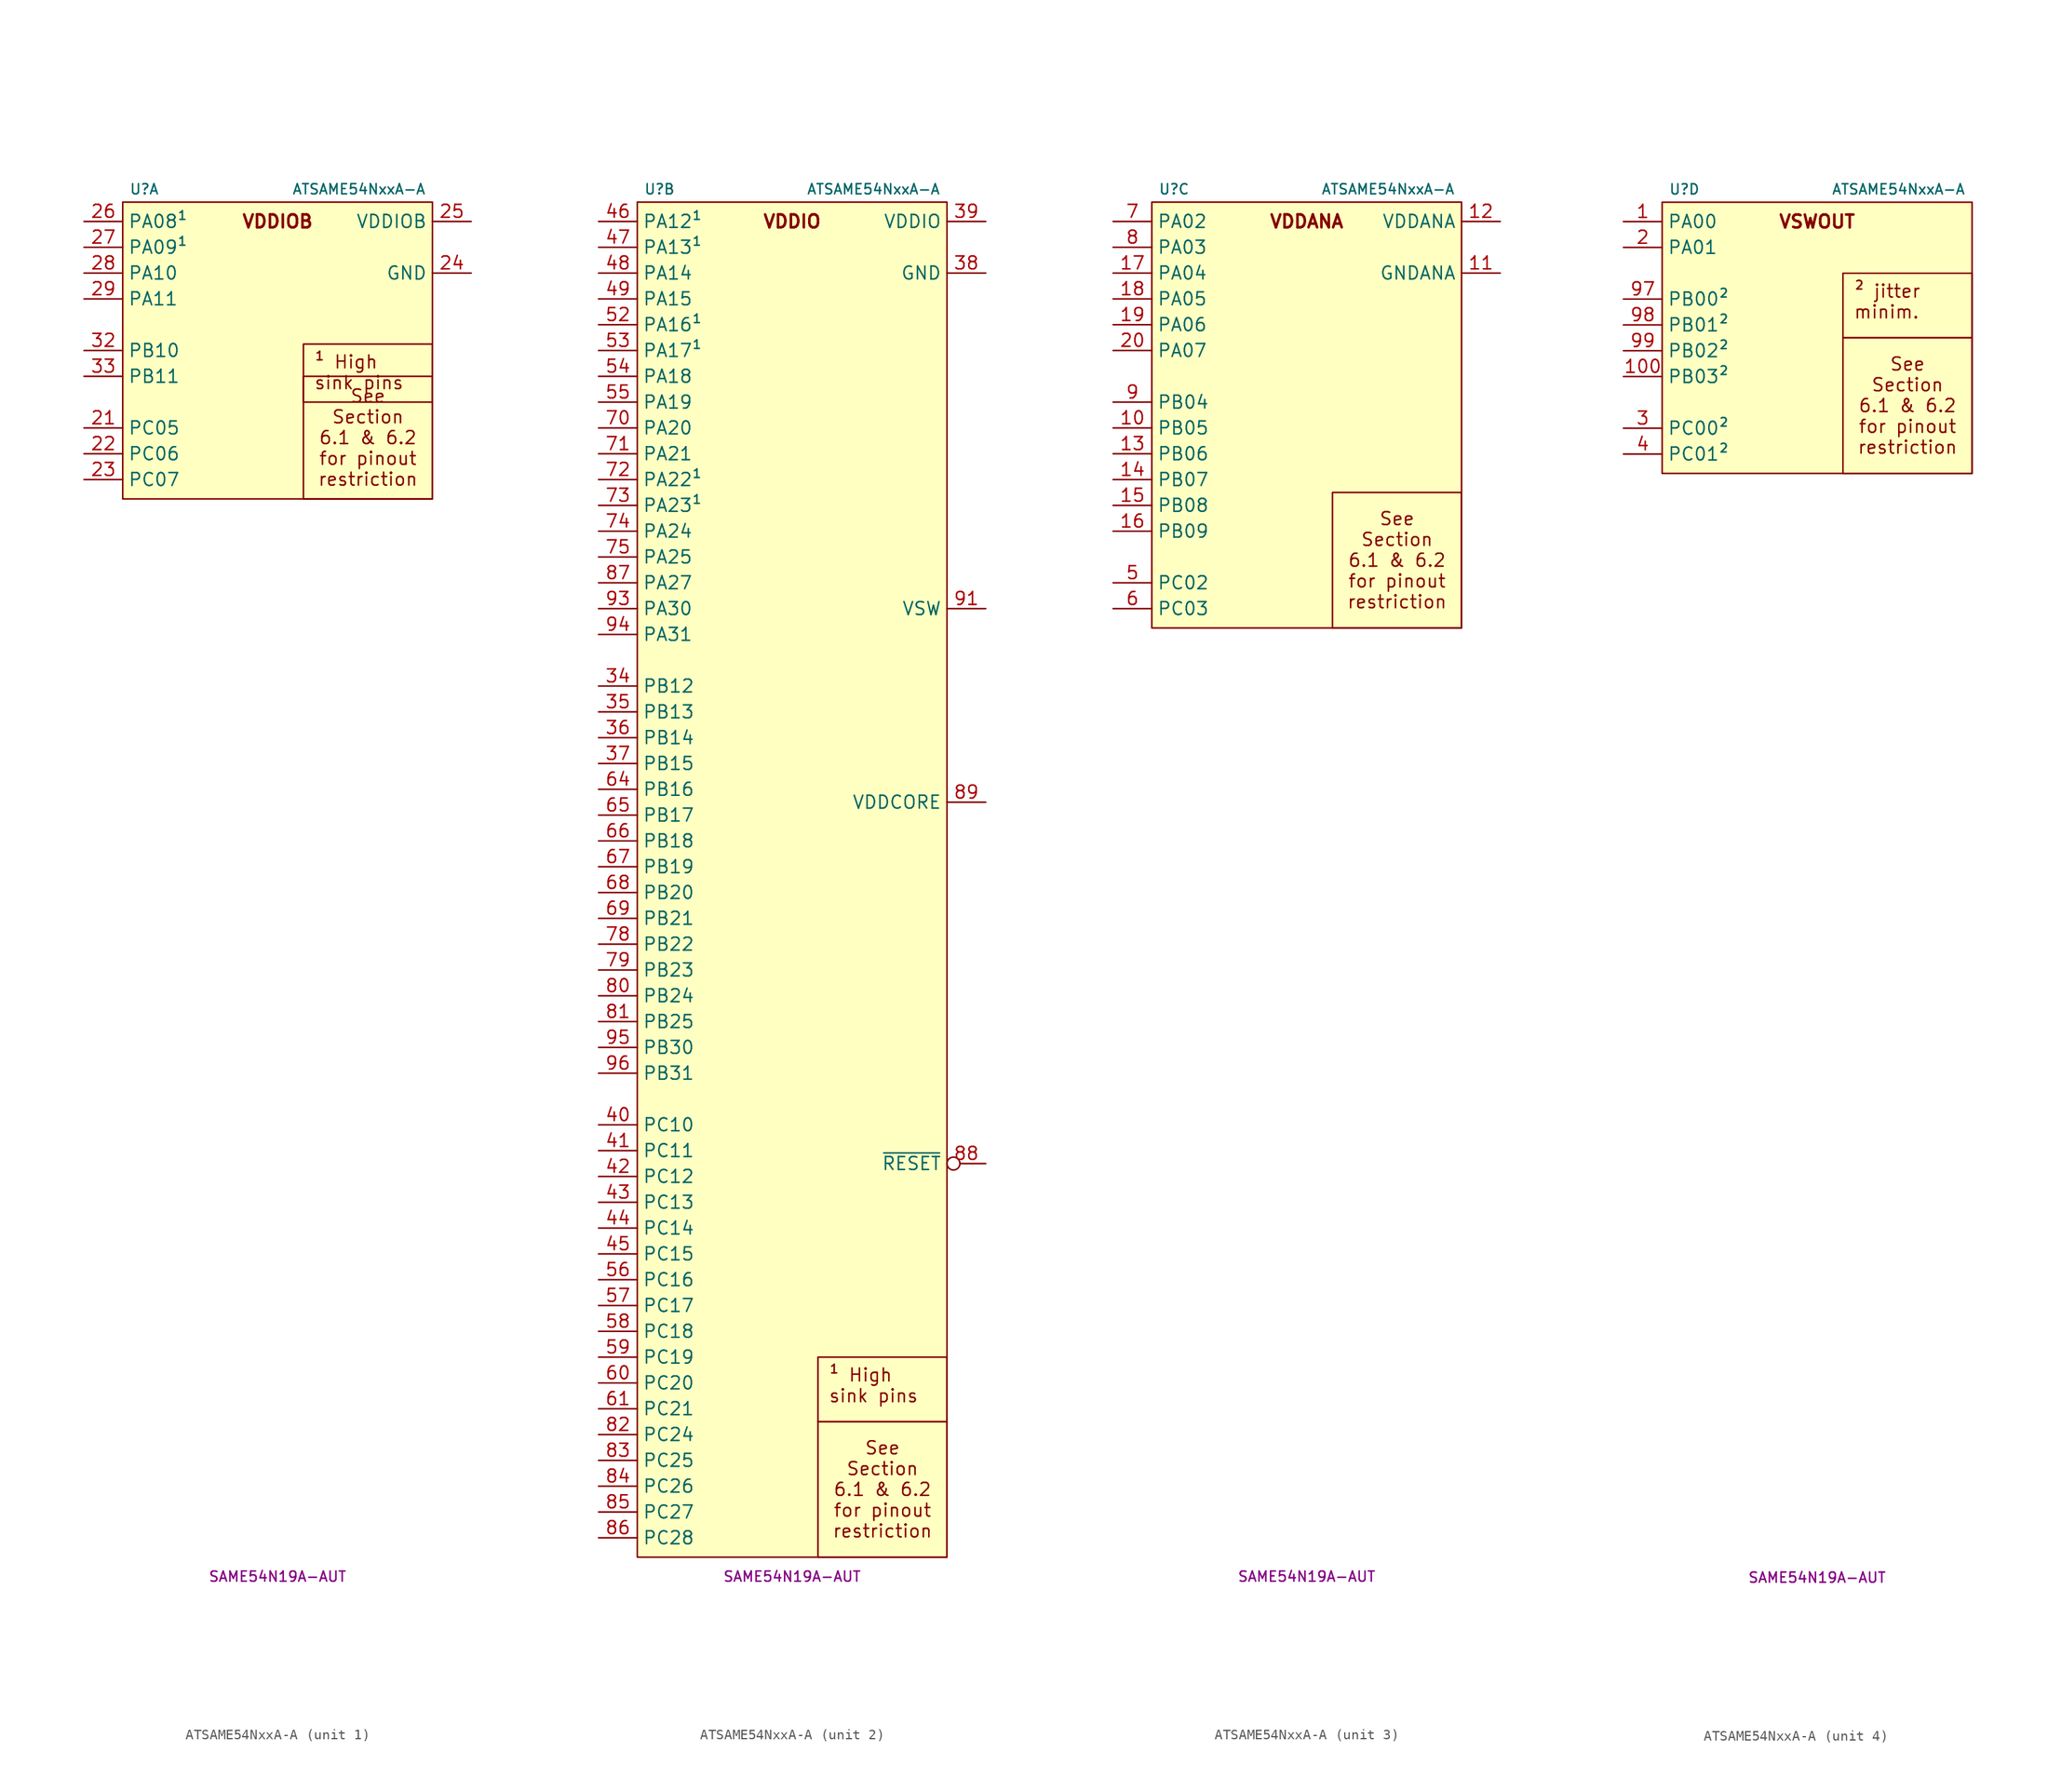
<source format=kicad_sym>
(kicad_symbol_lib
  (version 20231120)
  (generator "kicad_symbol_editor")
  (generator_version "8.0")
  (symbol "ATSAME54NxxA-A"
    (property "Reference" "U"
      (at -14.605 60.325 0)
      (do_not_autoplace)
      (effects (font (size 1 1)) (justify left)))
    (property "Value" "ATSAME54NxxA-A"
      (at 14.605 60.325 0)
      (do_not_autoplace)
      (effects (font (size 1 1)) (justify right)))
    (property "MPN" "SAME54N19A-AUT"
      (at 0 -76.2 0)
      (do_not_autoplace)
      (effects (font (size 1 1))))
    (property "ki_locked" ""
      (at 0 0 0)
      (effects (font (size 1.27 1.27))))
    (symbol "ATSAME54NxxA-A_1_1"
      (rectangle (start -15.24 59.055) (end 15.24 29.845) (stroke (width 0) (type default)) (fill (type background)))
      (text "VDDIOB" (at 0 57.15 0) (effects (font (size 1.27 1.27) (bold yes))))
      (text_box "See Section 6.1 & 6.2\nfor pinout restriction" (at 2.54 41.91 0) (size 12.7 -12.065) (stroke (width 0) (type default)) (fill (type none)) (effects (font (size 1.27 1.27))))
      (text_box "¹ High sink pins" (at 2.54 45.085 0) (size 12.7 -5.715) (stroke (width 0) (type default)) (fill (type none)) (effects (font (size 1.27 1.27)) (justify left top)))
      (pin tri_state line (at -19.05 36.83 0) (length 3.81) (name "PC05" (effects (font (size 1.27 1.27)))) (number "21" (effects (font (size 1.27 1.27)))) (alternate "A:EXTINT.5" input line) (alternate "C:SERCOM6.2.MISO" input line) (alternate "C:SERCOM6.2.MOSI" input line) (alternate "C:SERCOM6.2.PAD1" bidirectional line) (alternate "C:SERCOM6.2.RX" input line) (alternate "C:SERCOM6.2.SCK" bidirectional clock) (alternate "C:SERCOM6.2.XCK" bidirectional clock))
      (pin tri_state line (at -19.05 34.29 0) (length 3.81) (name "PC06" (effects (font (size 1.27 1.27)))) (number "22" (effects (font (size 1.27 1.27)))) (alternate "A:EXTINT.6" input line) (alternate "C:SERCOM6.2.MISO" input line) (alternate "C:SERCOM6.2.MOSI" input line) (alternate "C:SERCOM6.2.PAD2" bidirectional line) (alternate "C:SERCOM6.2.RX" input line) (alternate "C:SERCOM6.2.~{RTS}" output inverted) (alternate "C:SERCOM6.2.~{SS}" bidirectional inverted) (alternate "I:SDHC0.~{CD}" input inverted))
      (pin tri_state line (at -19.05 31.75 0) (length 3.81) (name "PC07" (effects (font (size 1.27 1.27)))) (number "23" (effects (font (size 1.27 1.27)))) (alternate "A:EXTINT.9" input line) (alternate "C:SERCOM6.2.MISO" bidirectional line) (alternate "C:SERCOM6.2.MOSI" bidirectional line) (alternate "C:SERCOM6.2.PAD3" bidirectional line) (alternate "C:SERCOM6.2.RX" input line) (alternate "C:SERCOM6.2.~{CTS}" input inverted) (alternate "I:SDHC0.~{WP}" input inverted))
      (pin power_in line (at 19.05 52.07 180) (length 3.81) (name "GND" (effects (font (size 1.27 1.27)))) (number "24" (effects (font (size 1.27 1.27)))))
      (pin power_in line (at 19.05 57.15 180) (length 3.81) (name "VDDIOB" (effects (font (size 1.27 1.27)))) (number "25" (effects (font (size 1.27 1.27)))))
      (pin tri_state line (at -19.05 57.15 0) (length 3.81) (name "PA08¹" (effects (font (size 1.27 1.27)))) (number "26" (effects (font (size 1.27 1.27)))) (alternate "A:NMI¹" input line) (alternate "B:ADC0.IN8¹" input line) (alternate "B:ADC1.IN2¹" input line) (alternate "B:PTC.X6¹" input line) (alternate "B:PTC.Y6¹" bidirectional line) (alternate "C:SERCOM0.1.MISO¹" bidirectional line) (alternate "C:SERCOM0.1.MOSI¹" bidirectional line) (alternate "C:SERCOM0.1.PAD0¹" bidirectional line) (alternate "C:SERCOM0.1.RX¹" input line) (alternate "C:SERCOM0.1.SDA¹" open_collector line) (alternate "C:SERCOM0.1.TX¹" output line) (alternate "D:SERCOM2.3.MISO¹" input line) (alternate "D:SERCOM2.3.MOSI¹" input line) (alternate "D:SERCOM2.3.PAD1¹" bidirectional line) (alternate "D:SERCOM2.3.RX¹" input line) (alternate "D:SERCOM2.3.SCK¹" bidirectional clock) (alternate "D:SERCOM2.3.SCL¹" open_collector clock) (alternate "D:SERCOM2.3.XCK¹" bidirectional clock) (alternate "E:TC0.1.WO0¹" output line) (alternate "F:TCC0.1.WO0¹" output line) (alternate "G:TCC1.3.WO4¹" output line) (alternate "H:QSPI.D0¹" bidirectional line) (alternate "H:QSPI.MOSI¹" output line) (alternate "I:SDHC0.CMD¹" bidirectional line) (alternate "J:I2S.1.MCK0¹" bidirectional clock) (alternate "N:CCL.IN3¹" input line))
      (pin tri_state line (at -19.05 54.61 0) (length 3.81) (name "PA09¹" (effects (font (size 1.27 1.27)))) (number "27" (effects (font (size 1.27 1.27)))) (alternate "A:EXTINT.9¹" input line) (alternate "B:ADC0.IN9¹" input line) (alternate "B:ADC1.IN3¹" input line) (alternate "B:PTC.X7¹" input line) (alternate "B:PTC.Y7¹" bidirectional line) (alternate "C:SERCOM0.1.MISO¹" input line) (alternate "C:SERCOM0.1.MOSI¹" input line) (alternate "C:SERCOM0.1.PAD1¹" bidirectional line) (alternate "C:SERCOM0.1.RX¹" input line) (alternate "C:SERCOM0.1.SCK¹" bidirectional clock) (alternate "C:SERCOM0.1.SCL¹" open_collector clock) (alternate "C:SERCOM0.1.XCK¹" bidirectional clock) (alternate "D:SERCOM2.3.MISO¹" bidirectional line) (alternate "D:SERCOM2.3.MOSI¹" bidirectional line) (alternate "D:SERCOM2.3.PAD0¹" bidirectional line) (alternate "D:SERCOM2.3.RX¹" input line) (alternate "D:SERCOM2.3.SDA¹" open_collector line) (alternate "D:SERCOM2.3.TX¹" output line) (alternate "E:TC0.1.WO1¹" output line) (alternate "F:TCC0.1.WO1¹" output line) (alternate "G:TCC1.3.WO5¹" output line) (alternate "H:QSPI.D1¹" bidirectional line) (alternate "H:QSPI.MISO¹" input line) (alternate "I:SDHC0.D0¹" bidirectional line) (alternate "J:I2S.1.FS0¹" bidirectional clock) (alternate "N:CCL.IN4¹" input line))
      (pin tri_state line (at -19.05 52.07 0) (length 3.81) (name "PA10" (effects (font (size 1.27 1.27)))) (number "28" (effects (font (size 1.27 1.27)))) (alternate "A:EXTINT.10" input line) (alternate "B:ADC0.IN10" input line) (alternate "B:PTC.X8" input line) (alternate "B:PTC.Y8" bidirectional line) (alternate "C:SERCOM0.1.MISO" input line) (alternate "C:SERCOM0.1.MOSI" input line) (alternate "C:SERCOM0.1.PAD2" bidirectional line) (alternate "C:SERCOM0.1.RX" input line) (alternate "C:SERCOM0.1.~{RTS}" output inverted) (alternate "C:SERCOM0.1.~{SS}" bidirectional inverted) (alternate "D:SERCOM2.3.MISO" input line) (alternate "D:SERCOM2.3.MOSI" input line) (alternate "D:SERCOM2.3.PAD2" bidirectional line) (alternate "D:SERCOM2.3.RX" input line) (alternate "D:SERCOM2.3.~{RTS}" output inverted) (alternate "D:SERCOM2.3.~{SS}" bidirectional inverted) (alternate "E:TC1.2.WO0" output line) (alternate "F:TCC0.1.WO2" output line) (alternate "G:TCC1.2.WO6" output line) (alternate "H:QSPI.D2" bidirectional line) (alternate "I:SDHC0.D1" bidirectional line) (alternate "J:I2S.1.SCK0" bidirectional clock) (alternate "M:GCLK.IN4" bidirectional clock) (alternate "N:CCL.IN5" input line))
      (pin tri_state line (at -19.05 49.53 0) (length 3.81) (name "PA11" (effects (font (size 1.27 1.27)))) (number "29" (effects (font (size 1.27 1.27)))) (alternate "A:EXTINT.11" input line) (alternate "B:ADC0.IN11" input line) (alternate "B:PTC.X9" input line) (alternate "B:PTC.Y9" bidirectional line) (alternate "C:SERCOM0.1.MISO" bidirectional line) (alternate "C:SERCOM0.1.MOSI" bidirectional line) (alternate "C:SERCOM0.1.PAD3" bidirectional line) (alternate "C:SERCOM0.1.RX" input line) (alternate "C:SERCOM0.1.~{CTS}" input inverted) (alternate "D:SERCOM2.3.MISO" bidirectional line) (alternate "D:SERCOM2.3.MOSI" bidirectional line) (alternate "D:SERCOM2.3.PAD3" bidirectional line) (alternate "D:SERCOM2.3.RX" input line) (alternate "D:SERCOM2.3.~{CTS}" input inverted) (alternate "E:TC1.2.WO1" output line) (alternate "F:TCC0.1.WO3" output line) (alternate "G:TCC1.2.WO7" output line) (alternate "H:QSPI.D3" bidirectional line) (alternate "I:SDHC0.D2" bidirectional line) (alternate "J:I2S.1.SDO" output line) (alternate "M:GCLK.IO5" bidirectional clock) (alternate "N:CCL.OUT1" output line))
      (pin passive line (at 19.05 57.15 180) (length 3.81) hide (name "VDDIOB" (effects (font (size 1.27 1.27)))) (number "30" (effects (font (size 1.27 1.27)))))
      (pin passive line (at 19.05 52.07 180) (length 3.81) hide (name "GND" (effects (font (size 1.27 1.27)))) (number "31" (effects (font (size 1.27 1.27)))))
      (pin tri_state line (at -19.05 44.45 0) (length 3.81) (name "PB10" (effects (font (size 1.27 1.27)))) (number "32" (effects (font (size 1.27 1.27)))) (alternate "A:EXTINT.10" input line) (alternate "D:SERCOM4.2.MISO" input line) (alternate "D:SERCOM4.2.MOSI" input line) (alternate "D:SERCOM4.2.PAD2" bidirectional line) (alternate "D:SERCOM4.2.RX" input line) (alternate "D:SERCOM4.2.~{RTS}" output inverted) (alternate "D:SERCOM4.2.~{SS}" bidirectional inverted) (alternate "E:TC5.1.WO0" output line) (alternate "F:TCC0.1.WO4" output line) (alternate "F:TCC1.4.WO0" output line) (alternate "H:QSPI.SCK" output clock) (alternate "I:SDHC0.D3" bidirectional line) (alternate "J:I2S.1.SDI" input line) (alternate "M:GCLK.IO4" bidirectional clock) (alternate "N:CCL.IN11" input line))
      (pin tri_state line (at -19.05 41.91 0) (length 3.81) (name "PB11" (effects (font (size 1.27 1.27)))) (number "33" (effects (font (size 1.27 1.27)))) (alternate "A:EXTINT.11" input line) (alternate "D:SERCOM4.2.MISO" bidirectional line) (alternate "D:SERCOM4.2.MOSI" bidirectional line) (alternate "D:SERCOM4.2.PAD3" bidirectional line) (alternate "D:SERCOM4.2.RX" input line) (alternate "D:SERCOM4.2.~{CTS}" input inverted) (alternate "E:TC5.1.WO1" output line) (alternate "F:TCC0.1.WO5" output line) (alternate "G:TCC1.4.WO1" output line) (alternate "H:QSPI.~{CS}" output inverted) (alternate "I:SDHC0.CK" output clock) (alternate "J:I2S.1.FS1" bidirectional clock) (alternate "M:GCLK.IO5" bidirectional clock) (alternate "N:CCL.OUT1" output line)))
    (symbol "ATSAME54NxxA-A_2_1"
      (rectangle (start -15.24 59.055) (end 15.24 -74.295) (stroke (width 0) (type default)) (fill (type background)))
      (text "VDDIO" (at 0 57.15 0) (effects (font (size 1.27 1.27) (bold yes))))
      (text_box "See Section 6.1 & 6.2\nfor pinout restriction" (at 2.54 -60.96 0) (size 12.7 -13.335) (stroke (width 0) (type default)) (fill (type none)) (effects (font (size 1.27 1.27))))
      (text_box "¹ High sink pins" (at 2.54 -54.61 0) (size 12.7 -6.35) (stroke (width 0) (type default)) (fill (type none)) (effects (font (size 1.27 1.27)) (justify left top)))
      (pin tri_state line (at -19.05 11.43 0) (length 3.81) (name "PB12" (effects (font (size 1.27 1.27)))) (number "34" (effects (font (size 1.27 1.27)))) (alternate "A:EXTINT.12" input line) (alternate "B:PTC.X26" input line) (alternate "B:PTC.Y26" bidirectional line) (alternate "C:SERCOM4.1.MISO" bidirectional line) (alternate "C:SERCOM4.1.MOSI" bidirectional line) (alternate "C:SERCOM4.1.PAD0" bidirectional line) (alternate "C:SERCOM4.1.RX" input line) (alternate "C:SERCOM4.1.TX" output line) (alternate "E:TC4.2.WO0" output line) (alternate "F:TCC3.1.WO0" output line) (alternate "G:TCC0.5.WO0" output line) (alternate "H:CAN1.TX" output line) (alternate "I:SDHC0.~{CD}" input inverted) (alternate "J:I2S.1.SCK1" bidirectional clock) (alternate "M:GCLK.IO6" bidirectional clock))
      (pin tri_state line (at -19.05 8.89 0) (length 3.81) (name "PB13" (effects (font (size 1.27 1.27)))) (number "35" (effects (font (size 1.27 1.27)))) (alternate "A:EXTINT.13" input line) (alternate "B:PTC.X27" input line) (alternate "B:PTC.Y27" bidirectional line) (alternate "C:SERCOM4.1.MISO" input line) (alternate "C:SERCOM4.1.MOSI" input line) (alternate "C:SERCOM4.1.PAD1" bidirectional line) (alternate "C:SERCOM4.1.RX" input line) (alternate "C:SERCOM4.1.SCK" bidirectional clock) (alternate "C:SERCOM4.1.XCK" bidirectional clock) (alternate "E:T4.2.WO1" output line) (alternate "F:TCC3.1.WO1" output line) (alternate "G:TCC0.5.WO1" output line) (alternate "H:CAN1.RX" input line) (alternate "I:SDHC0.~{WP}" input line) (alternate "J:I2S.1.MCK1" bidirectional clock) (alternate "M:GCLK.IO7" bidirectional clock))
      (pin tri_state line (at -19.05 6.35 0) (length 3.81) (name "PB14" (effects (font (size 1.27 1.27)))) (number "36" (effects (font (size 1.27 1.27)))) (alternate "A:EXTINT14" input line) (alternate "B:PTC.X28" input line) (alternate "B:PTC.Y28" bidirectional line) (alternate "C:SERCOM4.1.MISO" input line) (alternate "C:SERCOM4.1.MOSI" input line) (alternate "C:SERCOM4.1.PAD2" bidirectional line) (alternate "C:SERCOM4.1.RX" input line) (alternate "C:SERCOM4.1.~{RTS}" output inverted) (alternate "C:SERCOM4.1.~{SS}" bidirectional inverted) (alternate "E:TC5.2.WO0" output line) (alternate "F:TCC4.1.WO0" output line) (alternate "G:TCC0.5.WO2" output line) (alternate "H:CAN1.TX" output line) (alternate "K:PCC.D8" input line) (alternate "L:GMAC.1.MDC" output clock) (alternate "M:GCLK.IO0" bidirectional clock) (alternate "N:CCL.IN9" input line))
      (pin tri_state line (at -19.05 3.81 0) (length 3.81) (name "PB15" (effects (font (size 1.27 1.27)))) (number "37" (effects (font (size 1.27 1.27)))) (alternate "A:EXTINT.15" input line) (alternate "B:PTC.X29" input line) (alternate "B:PTC.Y29" bidirectional line) (alternate "C:SERCOM4.1.MISO" bidirectional line) (alternate "C:SERCOM4.1.MOSI" bidirectional line) (alternate "C:SERCOM4.1.PAD3" bidirectional line) (alternate "C:SERCOM4.1.RX" input line) (alternate "C:SERCOM4.1.~{CTS}" input inverted) (alternate "E:TC5.2.WO1" output line) (alternate "F:TCC4.1.WO1" output line) (alternate "G:TCC0.5.WO3" output line) (alternate "H:CAN1.RX" input line) (alternate "K:PCC.D9" input line) (alternate "L:GMAC.1.MDIO" bidirectional line) (alternate "M:GCLK.IO1" bidirectional clock) (alternate "N:CCL.IN10" input line))
      (pin power_in line (at 19.05 52.07 180) (length 3.81) (name "GND" (effects (font (size 1.27 1.27)))) (number "38" (effects (font (size 1.27 1.27)))))
      (pin power_in line (at 19.05 57.15 180) (length 3.81) (name "VDDIO" (effects (font (size 1.27 1.27)))) (number "39" (effects (font (size 1.27 1.27)))))
      (pin tri_state line (at -19.05 -31.75 0) (length 3.81) (name "PC10" (effects (font (size 1.27 1.27)))) (number "40" (effects (font (size 1.27 1.27)))) (alternate "A:EXTINT.10" input line) (alternate "C:SERCOM6.5.MISO" input line) (alternate "C:SERCOM6.5.MOSI" input line) (alternate "C:SERCOM6.5.PAD2" bidirectional line) (alternate "C:SERCOM6.5.RX" input line) (alternate "C:SERCOM6.5.~{RTS}" output inverted) (alternate "C:SERCOM6.5.~{SS}" bidirectional inverted) (alternate "D:SERCOM7.3.MISO" input line) (alternate "D:SERCOM7.3.MOSI" input line) (alternate "D:SERCOM7.3.PAD2" bidirectional line) (alternate "D:SERCOM7.3.RX" input line) (alternate "D:SERCOM7.3.~{RTS}" output inverted) (alternate "D:SERCOM7.3.~{SS}" bidirectional inverted) (alternate "F:TCC0.3.WO0" output line) (alternate "G:TCC1.4.WO4" output line))
      (pin tri_state line (at -19.05 -34.29 0) (length 3.81) (name "PC11" (effects (font (size 1.27 1.27)))) (number "41" (effects (font (size 1.27 1.27)))) (alternate "A:EXTINT.11" input line) (alternate "C:SERCOM6.5.MISO" bidirectional line) (alternate "C:SERCOM6.5.MOSI" bidirectional line) (alternate "C:SERCOM6.5.PAD3" bidirectional line) (alternate "C:SERCOM6.5.RX" input line) (alternate "C:SERCOM6.5.~{CTS}" input inverted) (alternate "D:SERCOM7.3.MISO" bidirectional line) (alternate "D:SERCOM7.3.MOSI" bidirectional line) (alternate "D:SERCOM7.3.PAD3" bidirectional line) (alternate "D:SERCOM7.3.RX" input line) (alternate "D:SERCOM7.3.~{CTS}" input inverted) (alternate "F:TCC0.3.WO1" output line) (alternate "G:TCC1.4.WO5" output line) (alternate "L:GMAC.2.MDC" output clock))
      (pin tri_state line (at -19.05 -36.83 0) (length 3.81) (name "PC12" (effects (font (size 1.27 1.27)))) (number "42" (effects (font (size 1.27 1.27)))) (alternate "A:EXTINT.12" input line) (alternate "C:SERCOM7.1.MISO" bidirectional line) (alternate "C:SERCOM7.1.MOSI" bidirectional line) (alternate "C:SERCOM7.1.PAD0" bidirectional line) (alternate "C:SERCOM7.1.RX" input line) (alternate "C:SERCOM7.1.TX" output line) (alternate "C:SERCOM7.3.MISO" bidirectional line) (alternate "C:SERCOM7.3.MOSI" bidirectional line) (alternate "C:SERCOM7.3.PAD0" bidirectional line) (alternate "C:SERCOM7.3.RX" input line) (alternate "C:SERCOM7.3.TX" output line) (alternate "D:SERCOM6.4.MISO" input line) (alternate "D:SERCOM6.4.MOSI" input line) (alternate "D:SERCOM6.4.PAD1" bidirectional line) (alternate "D:SERCOM6.4.RX" input line) (alternate "D:SERCOM6.4.SCK" bidirectional clock) (alternate "D:SERCOM6.4.XCK" bidirectional clock) (alternate "D:SERCOM6.5.MISO" input line) (alternate "D:SERCOM6.5.MOSI" input line) (alternate "D:SERCOM6.5.PAD1" bidirectional line) (alternate "D:SERCOM6.5.RX" input line) (alternate "D:SERCOM6.5.SCK" bidirectional clock) (alternate "D:SERCOM6.5.XCK" bidirectional clock) (alternate "F:TCC0.3.WO2" output line) (alternate "G:TCC1.3.WO6" output line) (alternate "K:PCC.D10" input line) (alternate "L:GMAC.2.MDIO" bidirectional line))
      (pin tri_state line (at -19.05 -39.37 0) (length 3.81) (name "PC13" (effects (font (size 1.27 1.27)))) (number "43" (effects (font (size 1.27 1.27)))) (alternate "A:EXTINT.13" input line) (alternate "C:SERCOM7.1.MISO" input line) (alternate "C:SERCOM7.1.MOSI" input line) (alternate "C:SERCOM7.1.PAD1" bidirectional line) (alternate "C:SERCOM7.1.RX" input line) (alternate "C:SERCOM7.1.SCK" bidirectional clock) (alternate "C:SERCOM7.1.XCK" bidirectional clock) (alternate "C:SERCOM7.3.MISO" input line) (alternate "C:SERCOM7.3.MOSI" input line) (alternate "C:SERCOM7.3.PAD1" bidirectional line) (alternate "C:SERCOM7.3.RX" input line) (alternate "C:SERCOM7.3.SCK" bidirectional clock) (alternate "C:SERCOM7.3.XCK" bidirectional clock) (alternate "D:SERCOM6.4.MISO" bidirectional line) (alternate "D:SERCOM6.4.MOSI" bidirectional line) (alternate "D:SERCOM6.4.PAD0" bidirectional line) (alternate "D:SERCOM6.4.RX" input line) (alternate "D:SERCOM6.4.TX" output line) (alternate "D:SERCOM6.5.MISO" bidirectional line) (alternate "D:SERCOM6.5.MOSI" bidirectional line) (alternate "D:SERCOM6.5.PAD0" bidirectional line) (alternate "D:SERCOM6.5.RX" input line) (alternate "D:SERCOM6.5.TX" output line) (alternate "F:TCC0.3.WO3" output line) (alternate "G:TCC1.3.WO7" output line) (alternate "K:PCC.D11" input line))
      (pin tri_state line (at -19.05 -41.91 0) (length 3.81) (name "PC14" (effects (font (size 1.27 1.27)))) (number "44" (effects (font (size 1.27 1.27)))) (alternate "A:EXTINT.14" input line) (alternate "C:SERCOM7.1.MISO" input line) (alternate "C:SERCOM7.1.MOSI" input line) (alternate "C:SERCOM7.1.PAD2" bidirectional line) (alternate "C:SERCOM7.1.RX" input line) (alternate "C:SERCOM7.1.~{RTS}" output inverted) (alternate "C:SERCOM7.1.~{SS}" bidirectional inverted) (alternate "D:SERCOM6.4.MISO" input line) (alternate "D:SERCOM6.4.MOSI" input line) (alternate "D:SERCOM6.4.PAD2" bidirectional line) (alternate "D:SERCOM6.4.RX" input line) (alternate "D:SERCOM6.4.~{RTS}" output inverted) (alternate "D:SERCOM6.4.~{SS}" bidirectional inverted) (alternate "F:TCC0.3.WO4" output line) (alternate "G:TCC1.5.WO0" output line) (alternate "K:PCC.D12" input line) (alternate "L:GMAC.RX3" input line))
      (pin tri_state line (at -19.05 -44.45 0) (length 3.81) (name "PC15" (effects (font (size 1.27 1.27)))) (number "45" (effects (font (size 1.27 1.27)))) (alternate "A:EXTINT.15" input line) (alternate "C:SERCOM7.1.MISO" bidirectional line) (alternate "C:SERCOM7.1.MOSI" bidirectional line) (alternate "C:SERCOM7.1.PAD3" bidirectional line) (alternate "C:SERCOM7.1.RX" input line) (alternate "C:SERCOM7.1.~{CTS}" input inverted) (alternate "D:SERCOM6.4.MISO" bidirectional line) (alternate "D:SERCOM6.4.MOSI" bidirectional line) (alternate "D:SERCOM6.4.PAD3" bidirectional line) (alternate "D:SERCOM6.4.RX" input line) (alternate "D:SERCOM6.4.~{CTS}" input inverted) (alternate "F:TCC0.3.WO5" output line) (alternate "G:TCC1.5.WO1" output line) (alternate "K:PCC.D13" input line) (alternate "L:GMAC.RX2" input line))
      (pin tri_state line (at -19.05 57.15 0) (length 3.81) (name "PA12¹" (effects (font (size 1.27 1.27)))) (number "46" (effects (font (size 1.27 1.27)))) (alternate "A:EXTINT.12¹" input line) (alternate "C:SERCOM2.1.MISO¹" bidirectional line) (alternate "C:SERCOM2.1.MOSI¹" bidirectional line) (alternate "C:SERCOM2.1.PAD0¹" bidirectional line) (alternate "C:SERCOM2.1.RX¹" input line) (alternate "C:SERCOM2.1.SDA¹" open_collector line) (alternate "C:SERCOM2.1.TX¹" output line) (alternate "D:SERCOM4.3.MISO¹" input line) (alternate "D:SERCOM4.3.MOSI¹" input line) (alternate "D:SERCOM4.3.PAD1¹" bidirectional line) (alternate "D:SERCOM4.3.RX¹" input line) (alternate "D:SERCOM4.3.SCK¹" bidirectional clock) (alternate "D:SERCOM4.3.SCL¹" open_collector clock) (alternate "D:SERCOM4.3.XCK¹" bidirectional clock) (alternate "E:TC2.2.WO0¹" output line) (alternate "F:TCC0.1.WO6¹" output line) (alternate "G:TCC1.4.WO2¹" output line) (alternate "I:SDHC0.~{CD}¹" input inverted) (alternate "K:PCC.DEN1¹" input line) (alternate "L:GMAC.RX1¹" input line) (alternate "M:AC.CMP0¹" output line))
      (pin tri_state line (at -19.05 54.61 0) (length 3.81) (name "PA13¹" (effects (font (size 1.27 1.27)))) (number "47" (effects (font (size 1.27 1.27)))) (alternate "A:EXTINT.13¹" input line) (alternate "C:SERCOM2.1.MISO¹" input line) (alternate "C:SERCOM2.1.MOSI¹" input line) (alternate "C:SERCOM2.1.PAD1¹" bidirectional line) (alternate "C:SERCOM2.1.RX¹" input line) (alternate "C:SERCOM2.1.SCK¹" bidirectional clock) (alternate "C:SERCOM2.1.SCL¹" open_collector clock) (alternate "C:SERCOM2.1.XCK¹" bidirectional clock) (alternate "D:SERCOM4.3.MISO¹" bidirectional line) (alternate "D:SERCOM4.3.MOSI¹" bidirectional line) (alternate "D:SERCOM4.3.PAD0¹" bidirectional line) (alternate "D:SERCOM4.3.RX¹" input line) (alternate "D:SERCOM4.3.SDA¹" open_collector line) (alternate "D:SERCOM4.3.TX¹" output line) (alternate "E:TC2.2.WO1¹" output line) (alternate "F:TCC0.1.WO7¹" output line) (alternate "G:TCC1.4.WO3¹" output line) (alternate "I:SDHC0.~{WP}¹" input inverted) (alternate "K:PCC.DEN2¹" input line) (alternate "L:GMAC.RX0¹" input line) (alternate "M:AC.CMP1¹" output line))
      (pin tri_state line (at -19.05 52.07 0) (length 3.81) (name "PA14" (effects (font (size 1.27 1.27)))) (number "48" (effects (font (size 1.27 1.27)))) (alternate "A:EXTINT.14" input line) (alternate "C:SERCOM2.1.MISO" input line) (alternate "C:SERCOM2.1.MOSI" input line) (alternate "C:SERCOM2.1.PAD2" bidirectional line) (alternate "C:SERCOM2.1.RX" input line) (alternate "C:SERCOM2.1.~{RTS}" output inverted) (alternate "C:SERCOM2.1.~{SS}" bidirectional inverted) (alternate "D:SERCOM4.3.MISO" input line) (alternate "D:SERCOM4.3.MOSI" input line) (alternate "D:SERCOM4.3.PAD2" bidirectional line) (alternate "D:SERCOM4.3.RX" input line) (alternate "D:SERCOM4.3.~{RTS}" output inverted) (alternate "D:SERCOM4.3.~{SS}" bidirectional inverted) (alternate "E:TC3.1.WO0" output line) (alternate "F:TCC2.1.WO0" output line) (alternate "G:TCC1.5.WO2" output line) (alternate "K:PCC.CLK" input clock) (alternate "L:GMAC.REFCK" bidirectional clock) (alternate "L:GMAC.TXCK" output clock) (alternate "M:GCLK.IO0" bidirectional clock) (alternate "XOSC0.XIN" input clock))
      (pin tri_state line (at -19.05 49.53 0) (length 3.81) (name "PA15" (effects (font (size 1.27 1.27)))) (number "49" (effects (font (size 1.27 1.27)))) (alternate "A:EXTINT.15" input line) (alternate "C:SERCOM2.1.MISO" bidirectional line) (alternate "C:SERCOM2.1.MOSI" bidirectional line) (alternate "C:SERCOM2.1.PAD3" bidirectional line) (alternate "C:SERCOM2.1.RX" input line) (alternate "C:SERCOM2.1.~{CTS}" input inverted) (alternate "D:SERCOM4.3.MISO" bidirectional line) (alternate "D:SERCOM4.3.MOSI" bidirectional line) (alternate "D:SERCOM4.3.PAD3" bidirectional line) (alternate "D:SERCOM4.3.RX" input line) (alternate "D:SERCOM4.3.~{CTS}" input inverted) (alternate "E:TC3.1.WO1" output line) (alternate "F:TCC2.1.WO1" output line) (alternate "G:TCC1.5.WO3" output line) (alternate "L:GMAC.RXER" input line) (alternate "M:GCLK.IO1" bidirectional clock) (alternate "XOSC0.XOUT" output clock))
      (pin passive line (at 19.05 52.07 180) (length 3.81) hide (name "GND" (effects (font (size 1.27 1.27)))) (number "50" (effects (font (size 1.27 1.27)))))
      (pin passive line (at 19.05 57.15 180) (length 3.81) hide (name "VDDIO" (effects (font (size 1.27 1.27)))) (number "51" (effects (font (size 1.27 1.27)))))
      (pin tri_state line (at -19.05 46.99 0) (length 3.81) (name "PA16¹" (effects (font (size 1.27 1.27)))) (number "52" (effects (font (size 1.27 1.27)))) (alternate "A:EXTINT.0¹" input line) (alternate "B:PTC.X10¹" input line) (alternate "B:PTC.Y10¹" bidirectional line) (alternate "C:SERCOM1.1.MISO¹" bidirectional line) (alternate "C:SERCOM1.1.MOSI¹" bidirectional line) (alternate "C:SERCOM1.1.PAD0¹" bidirectional line) (alternate "C:SERCOM1.1.RX¹" input line) (alternate "C:SERCOM1.1.SDA¹" open_collector line) (alternate "C:SERCOM1.1.TX¹" output line) (alternate "D:SERCOM3.3.MISO¹" input line) (alternate "D:SERCOM3.3.MOSI¹" input line) (alternate "D:SERCOM3.3.PAD1¹" bidirectional line) (alternate "D:SERCOM3.3.RX¹" input line) (alternate "D:SERCOM3.3.SCK¹" bidirectional clock) (alternate "D:SERCOM3.3.SCL¹" open_collector clock) (alternate "D:SERCOM3.3.XCK¹" bidirectional clock) (alternate "E:TC2.3.WO0¹" output line) (alternate "F:TCC1.1.WO0¹" output line) (alternate "G:TCC0.5.WO4¹" output line) (alternate "K:PCC.D0¹" input line) (alternate "L:GMAC.CRSDV¹" input line) (alternate "L:GMAC.CRS¹" input line) (alternate "L:GMAC.RXDV¹" input line) (alternate "M:GCLK.IO2¹" bidirectional clock) (alternate "N:CCL.IN0¹" input line))
      (pin tri_state line (at -19.05 44.45 0) (length 3.81) (name "PA17¹" (effects (font (size 1.27 1.27)))) (number "53" (effects (font (size 1.27 1.27)))) (alternate "C:SERCOM1.1.MISO¹" input line) (alternate "C:SERCOM1.1.MOSI¹" input line) (alternate "C:SERCOM1.1.PAD1¹" bidirectional line) (alternate "C:SERCOM1.1.RX¹" input line) (alternate "C:SERCOM1.1.SCK¹" bidirectional clock) (alternate "C:SERCOM1.1.SCL¹" open_collector clock) (alternate "C:SERCOM1.1.XCK¹" bidirectional clock) (alternate "D:SERCOM3.3.MISO¹" bidirectional line) (alternate "D:SERCOM3.3.MOSI¹" bidirectional line) (alternate "D:SERCOM3.3.PAD0¹" bidirectional line) (alternate "D:SERCOM3.3.RX¹" input line) (alternate "D:SERCOM3.3.SDA¹" open_collector line) (alternate "D:SERCOM3.3.TX¹" output line) (alternate "E:TC2.3.WO1¹" output line) (alternate "F:TCC1.1.WO1¹" output line) (alternate "G:TCC0.5.WO5¹" output line) (alternate "K:PCC.D1¹" input line) (alternate "L:GMAC.TXEN¹" output line) (alternate "M:GCLK.IO3¹" bidirectional clock) (alternate "N:CCL.IN1¹" input line))
      (pin tri_state line (at -19.05 41.91 0) (length 3.81) (name "PA18" (effects (font (size 1.27 1.27)))) (number "54" (effects (font (size 1.27 1.27)))) (alternate "A:EXTINT.2" input line) (alternate "B:PTC.X12" input line) (alternate "B:PTC.Y12" bidirectional line) (alternate "C:SERCOM1.1.MISO" input line) (alternate "C:SERCOM1.1.MOSI" input line) (alternate "C:SERCOM1.1.PAD2" bidirectional line) (alternate "C:SERCOM1.1.RX" input line) (alternate "C:SERCOM1.1.~{RTS}" output inverted) (alternate "C:SERCOM1.1.~{SS}" bidirectional inverted) (alternate "D:SERCOM3.3.MOSI" input line) (alternate "D:SERCOM3.3.PAD2" bidirectional line) (alternate "D:SERCOM3.3.RX" input line) (alternate "D:SERCOM3.3.~{RTS}" output inverted) (alternate "D:SERCOM3.3.~{SS}" bidirectional inverted) (alternate "D:SERCOM3.MISO" input line) (alternate "E:TC3.2.WO0" output line) (alternate "F:TCC1.1.WO2" output line) (alternate "G:TCC0.3.WO6" output line) (alternate "K:PCC.D2" input line) (alternate "L:GMAC.TX0" output line) (alternate "M:AC.CMP0" output line) (alternate "N:CCL.IN2" input line))
      (pin tri_state line (at -19.05 39.37 0) (length 3.81) (name "PA19" (effects (font (size 1.27 1.27)))) (number "55" (effects (font (size 1.27 1.27)))) (alternate "A:EXTINT.3" input line) (alternate "B:PTC.X13" input line) (alternate "B:PTC.Y13" bidirectional line) (alternate "C:SERCOM1.1.MISO" bidirectional line) (alternate "C:SERCOM1.1.MOSI" bidirectional line) (alternate "C:SERCOM1.1.PAD3" bidirectional line) (alternate "C:SERCOM1.1.RX" input line) (alternate "C:SERCOM1.1.~{CTS}" input inverted) (alternate "D:SERCOM3.3.MISO" bidirectional line) (alternate "D:SERCOM3.3.MOSI" bidirectional line) (alternate "D:SERCOM3.3.PAD3" bidirectional line) (alternate "D:SERCOM3.3.RX" input line) (alternate "D:SERCOM3.3.~{CTS}" input inverted) (alternate "E:TC3.2.WO1" output line) (alternate "F:TCC1.1.WO3" output line) (alternate "G:TCC0.3.WO7" output line) (alternate "K:PCC.D3" input line) (alternate "L:GMAC.TX1" output line) (alternate "M:AC.CMP1" output line) (alternate "N:CCL.OUT0" output line))
      (pin tri_state line (at -19.05 -46.99 0) (length 3.81) (name "PC16" (effects (font (size 1.27 1.27)))) (number "56" (effects (font (size 1.27 1.27)))) (alternate "A:EXTINT.0" input line) (alternate "C:SERCOM6.1.MISO" bidirectional line) (alternate "C:SERCOM6.1.MOSI" bidirectional line) (alternate "C:SERCOM6.1.PAD0" bidirectional line) (alternate "C:SERCOM6.1.RX" input line) (alternate "C:SERCOM6.1.TX" output line) (alternate "D:SERCOM0.4.MISO" input line) (alternate "D:SERCOM0.4.MOSI" input line) (alternate "D:SERCOM0.4.PAD1" bidirectional line) (alternate "D:SERCOM0.4.RX" input line) (alternate "D:SERCOM0.4.SCK" bidirectional clock) (alternate "D:SERCOM0.4.XCK" bidirectional clock) (alternate "F:TCC0.4.WO0" output line) (alternate "G:PDEC.1.0" input line) (alternate "L:GMAC.TX2" output line))
      (pin tri_state line (at -19.05 -49.53 0) (length 3.81) (name "PC17" (effects (font (size 1.27 1.27)))) (number "57" (effects (font (size 1.27 1.27)))) (alternate "A:EXTINT.1" input line) (alternate "C:SERCOM6.1.MISO" input line) (alternate "C:SERCOM6.1.MOSI" input line) (alternate "C:SERCOM6.1.PAD1" bidirectional line) (alternate "C:SERCOM6.1.RX" input line) (alternate "C:SERCOM6.1.SCK" bidirectional clock) (alternate "C:SERCOM6.1.XCK" bidirectional clock) (alternate "D:SERCOM0.4.MISO" bidirectional line) (alternate "D:SERCOM0.4.MOSI" bidirectional line) (alternate "D:SERCOM0.4.PAD0" bidirectional line) (alternate "D:SERCOM0.4.RX" input line) (alternate "D:SERCOM0.4.TX" output line) (alternate "F:TCC0.4.WO1" output line) (alternate "G:PDEC.1.1" input line) (alternate "L:GMAC.TX3" output line))
      (pin tri_state line (at -19.05 -52.07 0) (length 3.81) (name "PC18" (effects (font (size 1.27 1.27)))) (number "58" (effects (font (size 1.27 1.27)))) (alternate "A:EXTINT.2" input line) (alternate "C:SERCOM6.1.MISO" input line) (alternate "C:SERCOM6.1.MOSI" input line) (alternate "C:SERCOM6.1.PAD2" bidirectional line) (alternate "C:SERCOM6.1.RX" input line) (alternate "C:SERCOM6.1.~{RTS}" output inverted) (alternate "C:SERCOM6.1.~{SS}" bidirectional inverted) (alternate "D:SERCOM0.4.MISO" input line) (alternate "D:SERCOM0.4.MOSI" input line) (alternate "D:SERCOM0.4.PAD2" bidirectional line) (alternate "D:SERCOM0.4.RX" input line) (alternate "D:SERCOM0.4.~{RTS}" output inverted) (alternate "D:SERCOM0.4.~{SS}" bidirectional inverted) (alternate "F:TCC0.4.WO2" output line) (alternate "G:PDEC.1.2" input line) (alternate "L:GMAC.RXCK" input clock))
      (pin tri_state line (at -19.05 -54.61 0) (length 3.81) (name "PC19" (effects (font (size 1.27 1.27)))) (number "59" (effects (font (size 1.27 1.27)))) (alternate "A:EXTINT.3" input line) (alternate "C:SERCOM6.1.MISO" bidirectional line) (alternate "C:SERCOM6.1.MOSI" bidirectional line) (alternate "C:SERCOM6.1.PAD3" bidirectional line) (alternate "C:SERCOM6.1.RX" input line) (alternate "C:SERCOM6.1.~{CTS}" input inverted) (alternate "D:SERCOM0.4.MISO" bidirectional line) (alternate "D:SERCOM0.4.MOSI" bidirectional line) (alternate "D:SERCOM0.4.PAD3" bidirectional line) (alternate "D:SERCOM0.4.RX" input line) (alternate "D:SERCOM0.4.~{CTS}" input inverted) (alternate "F:TCC0.4.WO3" output line) (alternate "L:GMAC.TXER" output line))
      (pin tri_state line (at -19.05 -57.15 0) (length 3.81) (name "PC20" (effects (font (size 1.27 1.27)))) (number "60" (effects (font (size 1.27 1.27)))) (alternate "A:EXTINT.4" input line) (alternate "F:TCC0.4.WO4" output line) (alternate "I:SDHC1.~{CD}" input inverted) (alternate "L:GMAC.CRSDV" input line) (alternate "L:GMAC.RXDV" input line) (alternate "N:CCL.IN9" input line))
      (pin tri_state line (at -19.05 -59.69 0) (length 3.81) (name "PC21" (effects (font (size 1.27 1.27)))) (number "61" (effects (font (size 1.27 1.27)))) (alternate "A:EXTINT.5" input line) (alternate "F:TCC0.4.WO5" output line) (alternate "I:SDHC1.~{WP}" input inverted) (alternate "L:GMAC.COL" input line) (alternate "N:CCL.IN10" input line))
      (pin passive line (at 19.05 52.07 180) (length 3.81) hide (name "GND" (effects (font (size 1.27 1.27)))) (number "62" (effects (font (size 1.27 1.27)))))
      (pin passive line (at 19.05 57.15 180) (length 3.81) hide (name "VDDIO" (effects (font (size 1.27 1.27)))) (number "63" (effects (font (size 1.27 1.27)))))
      (pin tri_state line (at -19.05 1.27 0) (length 3.81) (name "PB16" (effects (font (size 1.27 1.27)))) (number "64" (effects (font (size 1.27 1.27)))) (alternate "A:EXTINT.0" input line) (alternate "C:SERCOM5.1.MISO" bidirectional line) (alternate "C:SERCOM5.1.MOSI" bidirectional line) (alternate "C:SERCOM5.1.PAD0" bidirectional line) (alternate "C:SERCOM5.1.RX" input line) (alternate "C:SERCOM5.1.TX" output line) (alternate "E:TC6.1.WO0" output line) (alternate "F:TCC3.2.WO0" output line) (alternate "G:TCC0.6.WO4" output line) (alternate "I:SDHC1.~{CD}" input inverted) (alternate "J:I2S.2.SCK0" bidirectional clock) (alternate "M:GCLK.IO2" bidirectional clock) (alternate "N:CCL.IN11" input line))
      (pin tri_state line (at -19.05 -1.27 0) (length 3.81) (name "PB17" (effects (font (size 1.27 1.27)))) (number "65" (effects (font (size 1.27 1.27)))) (alternate "A:EXTINT.1" input line) (alternate "C:SERCOM5.1.MISO" input line) (alternate "C:SERCOM5.1.MOSI" input line) (alternate "C:SERCOM5.1.PAD1" bidirectional line) (alternate "C:SERCOM5.1.RX" input line) (alternate "C:SERCOM5.1.SCK" bidirectional clock) (alternate "C:SERCOM5.1.XCK" bidirectional clock) (alternate "E:TC6.2.WO1" output line) (alternate "F:TCC3.2.WO1" output line) (alternate "G:TCC0.6.WO5" output line) (alternate "I:SDHC1.~{WP}" input inverted) (alternate "J:I2S.2.MCK0" bidirectional clock) (alternate "M:GCLK.IO3" bidirectional clock) (alternate "N:CCL.OUT3" output line))
      (pin tri_state line (at -19.05 -3.81 0) (length 3.81) (name "PB18" (effects (font (size 1.27 1.27)))) (number "66" (effects (font (size 1.27 1.27)))) (alternate "A:EXTINT.2" input line) (alternate "C:SERCOM5.1.MISO" input line) (alternate "C:SERCOM5.1.MOSI" input line) (alternate "C:SERCOM5.1.PAD2" bidirectional line) (alternate "C:SERCOM5.1.RX" input line) (alternate "C:SERCOM5.1.~{RTS}" output inverted) (alternate "C:SERCOM5.1.~{SS}" bidirectional inverted) (alternate "D:SERCOM7.4.MISO" input line) (alternate "D:SERCOM7.4.MOSI" input line) (alternate "D:SERCOM7.4.PAD2" bidirectional line) (alternate "D:SERCOM7.4.RX" input line) (alternate "D:SERCOM7.4.~{RTS}" output inverted) (alternate "D:SERCOM7.4.~{SS}" bidirectional inverted) (alternate "F:TCC1.3.WO0" output line) (alternate "G:PDEC.2.0" input line) (alternate "I:SDHC1.D0" bidirectional line) (alternate "M:GCLK.IO5" bidirectional clock))
      (pin tri_state line (at -19.05 -6.35 0) (length 3.81) (name "PB19" (effects (font (size 1.27 1.27)))) (number "67" (effects (font (size 1.27 1.27)))) (alternate "A:EXTINT.3" input line) (alternate "C:SERCOM5.1.MISO" bidirectional line) (alternate "C:SERCOM5.1.MOSI" bidirectional line) (alternate "C:SERCOM5.1.PAD3" bidirectional line) (alternate "C:SERCOM5.1.RX" input line) (alternate "C:SERCOM5.1.~{CTS}" input inverted) (alternate "D:SERCOM7.4.MISO" bidirectional line) (alternate "D:SERCOM7.4.MOSI" bidirectional line) (alternate "D:SERCOM7.4.PAD3" bidirectional line) (alternate "D:SERCOM7.4.RX" input line) (alternate "D:SERCOM7.4.~{CTS}" input inverted) (alternate "F:TCC1.3.WO1" output line) (alternate "G:PDEC.2.1" input line) (alternate "I:SDHC1.D1" bidirectional line) (alternate "M:GCLK.IO5" bidirectional clock))
      (pin tri_state line (at -19.05 -8.89 0) (length 3.81) (name "PB20" (effects (font (size 1.27 1.27)))) (number "68" (effects (font (size 1.27 1.27)))) (alternate "A:EXTINT.4" input line) (alternate "C:SERCOM3.2.MISO" bidirectional line) (alternate "C:SERCOM3.2.MOSI" bidirectional line) (alternate "C:SERCOM3.2.PAD0" bidirectional line) (alternate "C:SERCOM3.2.RX" input line) (alternate "C:SERCOM3.2.TX" output line) (alternate "D:SERCOM7.4.MISO" input line) (alternate "D:SERCOM7.4.MOSI" input line) (alternate "D:SERCOM7.4.PAD1" bidirectional line) (alternate "D:SERCOM7.4.RX" input line) (alternate "D:SERCOM7.4.SCK" bidirectional clock) (alternate "D:SERCOM7.4.XCK" bidirectional clock) (alternate "F:TCC1.2.WO2" output line) (alternate "G:PDEC.2.2" input line) (alternate "I:SDHC1.D2" bidirectional line) (alternate "M:GCLK.IO6" bidirectional clock))
      (pin tri_state line (at -19.05 -11.43 0) (length 3.81) (name "PB21" (effects (font (size 1.27 1.27)))) (number "69" (effects (font (size 1.27 1.27)))) (alternate "A:EXTINT.5" input line) (alternate "C:SERCOM3.2.MISO" input line) (alternate "C:SERCOM3.2.MOSI" input line) (alternate "C:SERCOM3.2.PAD1" bidirectional line) (alternate "C:SERCOM3.2.RX" input line) (alternate "C:SERCOM3.2.SCK" bidirectional clock) (alternate "C:SERCOM3.2.XCK" bidirectional clock) (alternate "D:SERCOM7.4.MISO" bidirectional line) (alternate "D:SERCOM7.4.MOSI" bidirectional line) (alternate "D:SERCOM7.4.PAD0" bidirectional line) (alternate "D:SERCOM7.4.RX" input line) (alternate "D:SERCOM7.4.TX" output line) (alternate "F:TCC1.2.WO3" output line) (alternate "I:SDHC1.D3" bidirectional line) (alternate "M:GCLK.IO7" bidirectional clock))
      (pin tri_state line (at -19.05 36.83 0) (length 3.81) (name "PA20" (effects (font (size 1.27 1.27)))) (number "70" (effects (font (size 1.27 1.27)))) (alternate "A:EXTINT.4" input line) (alternate "B:PTC.X14" input line) (alternate "B:PTC.Y14" bidirectional line) (alternate "C:SERCOM5.2.MISO" input line) (alternate "C:SERCOM5.2.MOSI" input line) (alternate "C:SERCOM5.2.PAD2" bidirectional line) (alternate "C:SERCOM5.2.RX" input line) (alternate "C:SERCOM5.2.~{RTS}" output inverted) (alternate "C:SERCOM5.2.~{SS}" bidirectional inverted) (alternate "D:SERCOM3.2.MISO" input line) (alternate "D:SERCOM3.2.MOSI" input line) (alternate "D:SERCOM3.2.PAD2" bidirectional line) (alternate "D:SERCOM3.2.RX" input line) (alternate "D:SERCOM3.2.~{RTS}" output inverted) (alternate "D:SERCOM3.2.~{SS}" bidirectional inverted) (alternate "E:TC7.1.WO0" output line) (alternate "F:TCC1.1.WO4" output line) (alternate "G:TCC0.6.WO0" output line) (alternate "I:SDHC1.CMD" bidirectional line) (alternate "J:I2S.2.FS0" bidirectional clock) (alternate "K:PCC.D4" input line) (alternate "L:GMAC.4.MDC" output clock))
      (pin tri_state line (at -19.05 34.29 0) (length 3.81) (name "PA21" (effects (font (size 1.27 1.27)))) (number "71" (effects (font (size 1.27 1.27)))) (alternate "A:EXTINT.5" input line) (alternate "B:PTC.X15" input line) (alternate "B:PTC.Y15" bidirectional line) (alternate "C:SERCOM5.2.MISO" bidirectional line) (alternate "C:SERCOM5.2.MOSI" bidirectional line) (alternate "C:SERCOM5.2.PAD3" bidirectional line) (alternate "C:SERCOM5.2.RX" input line) (alternate "C:SERCOM5.2.~{CTS}" input inverted) (alternate "D:SERCOM3.2.MISO" bidirectional line) (alternate "D:SERCOM3.2.MOSI" bidirectional line) (alternate "D:SERCOM3.2.PAD3" bidirectional line) (alternate "D:SERCOM3.2.RX" input line) (alternate "D:SERCOM3.2.~{CTS}" input inverted) (alternate "E:TC7.1.WO1" output line) (alternate "F:TCC1.1.WO5" output line) (alternate "G:TCC0.6.WO1" output line) (alternate "I:SDHC1.CK" output clock) (alternate "J:I2S.2.SDO" output line) (alternate "K:PCC.D5" input line) (alternate "L:GMAC.4.MDIO" bidirectional line))
      (pin tri_state line (at -19.05 31.75 0) (length 3.81) (name "PA22¹" (effects (font (size 1.27 1.27)))) (number "72" (effects (font (size 1.27 1.27)))) (alternate "A:EXTINT.6¹" input line) (alternate "B:PTC.X16¹" input line) (alternate "B:PTC.Y16¹" bidirectional line) (alternate "C:SERCOM3.1.MISO¹" bidirectional line) (alternate "C:SERCOM3.1.MOSI¹" bidirectional line) (alternate "C:SERCOM3.1.PAD0¹" bidirectional line) (alternate "C:SERCOM3.1.RX¹" input line) (alternate "C:SERCOM3.1.SDA¹" open_collector line) (alternate "C:SERCOM3.1.TX¹" output line) (alternate "D:SERCOM5.2.MISO¹" input line) (alternate "D:SERCOM5.2.MOSI¹" input line) (alternate "D:SERCOM5.2.PAD1¹" bidirectional line) (alternate "D:SERCOM5.2.RX¹" input line) (alternate "D:SERCOM5.2.SCK¹" bidirectional clock) (alternate "D:SERCOM5.2.SCL¹" open_collector clock) (alternate "D:SERCOM5.2.XCK¹" bidirectional clock) (alternate "D:SERCOM5.3.MISO¹" input line) (alternate "D:SERCOM5.3.MOSI¹" input line) (alternate "D:SERCOM5.3.PAD1¹" bidirectional line) (alternate "D:SERCOM5.3.RX¹" input line) (alternate "D:SERCOM5.3.SCK¹" bidirectional clock) (alternate "D:SERCOM5.3.SCL¹" open_collector clock) (alternate "D:SERCOM5.3.XCK¹" bidirectional clock) (alternate "D:SERCOM5.4.MISO¹" input line) (alternate "D:SERCOM5.4.MOSI¹" input line) (alternate "D:SERCOM5.4.PAD1¹" bidirectional line) (alternate "D:SERCOM5.4.RX¹" input line) (alternate "D:SERCOM5.4.SCK¹" bidirectional clock) (alternate "D:SERCOM5.4.SCL¹" open_collector clock) (alternate "D:SERCOM5.4.XCK¹" bidirectional clock) (alternate "E:TC4.3.WO0¹" output line) (alternate "F:TCC1.1.WO6¹" output line) (alternate "G:TCC0.6.WO2¹" output line) (alternate "I:CAN0.TX¹" output line) (alternate "J:I2S.2.SDI¹" input line) (alternate "K:PCC.D6¹" input line) (alternate "N:CCL.IN6¹" input line))
      (pin tri_state line (at -19.05 29.21 0) (length 3.81) (name "PA23¹" (effects (font (size 1.27 1.27)))) (number "73" (effects (font (size 1.27 1.27)))) (alternate "A:EXTINT.7¹" input line) (alternate "B.PTC.Y17¹" bidirectional line) (alternate "B:PTC.X17¹" input line) (alternate "C:SERCOM3.1.MISO¹" input line) (alternate "C:SERCOM3.1.MOSI¹" input line) (alternate "C:SERCOM3.1.PAD1¹" bidirectional line) (alternate "C:SERCOM3.1.RX¹" input line) (alternate "C:SERCOM3.1.SCK¹" bidirectional clock) (alternate "C:SERCOM3.1.SCL¹" open_collector clock) (alternate "C:SERCOM3.1.XCK¹" bidirectional clock) (alternate "D:SERCOM5.2.MISO¹" bidirectional line) (alternate "D:SERCOM5.2.MOSI¹" bidirectional line) (alternate "D:SERCOM5.2.PAD0¹" bidirectional line) (alternate "D:SERCOM5.2.RX¹" input line) (alternate "D:SERCOM5.2.SDA¹" open_collector line) (alternate "D:SERCOM5.2.TX¹" output line) (alternate "D:SERCOM5.3.MISO¹" bidirectional line) (alternate "D:SERCOM5.3.MOSI¹" bidirectional line) (alternate "D:SERCOM5.3.PAD0¹" bidirectional line) (alternate "D:SERCOM5.3.RX¹" input line) (alternate "D:SERCOM5.3.SDA¹" open_collector line) (alternate "D:SERCOM5.3.TX¹" output line) (alternate "D:SERCOM5.4.MISO¹" bidirectional line) (alternate "D:SERCOM5.4.MOSI¹" bidirectional line) (alternate "D:SERCOM5.4.PAD0¹" bidirectional line) (alternate "D:SERCOM5.4.RX¹" input line) (alternate "D:SERCOM5.4.SDA¹" open_collector line) (alternate "D:SERCOM5.4.TX¹" output line) (alternate "E:TC4.3.WO1¹" output line) (alternate "F:TCC1.1.WO7¹" output line) (alternate "G:TCC0.6.WO3¹" output line) (alternate "H:USB.SOF¹" output clock) (alternate "I:CAN0.RX¹" input line) (alternate "J:I2S.2.FS1¹" bidirectional clock) (alternate "K:PCC.D7¹" input line) (alternate "N:CCL.IN7¹" input line))
      (pin tri_state line (at -19.05 26.67 0) (length 3.81) (name "PA24" (effects (font (size 1.27 1.27)))) (number "74" (effects (font (size 1.27 1.27)))) (alternate "A:EXTINT.8" input line) (alternate "C:SERCOM3.1.MISO" input line) (alternate "C:SERCOM3.1.MOSI" input line) (alternate "C:SERCOM3.1.PAD2" bidirectional line) (alternate "C:SERCOM3.1.RX" input line) (alternate "C:SERCOM3.1.~{RTS}" output inverted) (alternate "C:SERCOM3.1.~{SS}" bidirectional inverted) (alternate "D:SERCOM5.3.MISO" input line) (alternate "D:SERCOM5.3.MOSI" input line) (alternate "D:SERCOM5.3.PAD2" bidirectional line) (alternate "D:SERCOM5.3.RX" input line) (alternate "D:SERCOM5.3.~{RTS}" output inverted) (alternate "D:SERCOM5.3.~{SS}" bidirectional inverted) (alternate "E:TC5.3.WO0" output line) (alternate "F:TCC2.1.WO2" output line) (alternate "G:PDEC.3.0" input line) (alternate "H:USB.D-" bidirectional inverted) (alternate "I:CAN0.TX" output line) (alternate "N:CCL.IN8" input line))
      (pin tri_state line (at -19.05 24.13 0) (length 3.81) (name "PA25" (effects (font (size 1.27 1.27)))) (number "75" (effects (font (size 1.27 1.27)))) (alternate "A:EXTINT.9" input line) (alternate "C:SERCOM3.1.MISO" bidirectional line) (alternate "C:SERCOM3.1.MOSI" bidirectional line) (alternate "C:SERCOM3.1.PAD3" bidirectional line) (alternate "C:SERCOM3.1.RX" input line) (alternate "C:SERCOM3.1.~{CTS}" input inverted) (alternate "D:SERCOM5.3.MISO" bidirectional line) (alternate "D:SERCOM5.3.MOSI" bidirectional line) (alternate "D:SERCOM5.3.PAD3" bidirectional line) (alternate "D:SERCOM5.3.RX" input line) (alternate "D:SERCOM5.3.~{CTS}" input inverted) (alternate "E:TC5.3.WO1" input line) (alternate "G:PDEC.3.1" input line) (alternate "H:USB.D+" bidirectional line) (alternate "I:CAN0.RX" input line) (alternate "N:CCL.OUT2" output line))
      (pin passive line (at 19.05 52.07 180) (length 3.81) hide (name "GND" (effects (font (size 1.27 1.27)))) (number "76" (effects (font (size 1.27 1.27)))))
      (pin passive line (at 19.05 57.15 180) (length 3.81) hide (name "VDDIO" (effects (font (size 1.27 1.27)))) (number "77" (effects (font (size 1.27 1.27)))))
      (pin tri_state line (at -19.05 -13.97 0) (length 3.81) (name "PB22" (effects (font (size 1.27 1.27)))) (number "78" (effects (font (size 1.27 1.27)))) (alternate "A:EXTINT.6" bidirectional line) (alternate "C:SERCOM1.3.MISO" input line) (alternate "C:SERCOM1.3.MOSI" input line) (alternate "C:SERCOM1.3.PAD2" bidirectional line) (alternate "C:SERCOM1.3.RX" input line) (alternate "C:SERCOM1.3.~{RTS}" output inverted) (alternate "C:SERCOM1.3.~{SS}" bidirectional inverted) (alternate "D:SERCOM5.4.MISO" input line) (alternate "D:SERCOM5.4.MOSI" input line) (alternate "D:SERCOM5.4.PAD2" bidirectional line) (alternate "D:SERCOM5.4.RX" input line) (alternate "D:SERCOM5.4.~{RTS}" output inverted) (alternate "D:SERCOM5.4.~{SS}" bidirectional inverted) (alternate "E:TC7.2.WO0" output line) (alternate "G:PDEC.3.2" input line) (alternate "H:USB.SOF" output clock) (alternate "M:GCLK.IO0" bidirectional clock) (alternate "N:CCL.IN0" input line) (alternate "XOSC1.XIN" input clock))
      (pin tri_state line (at -19.05 -16.51 0) (length 3.81) (name "PB23" (effects (font (size 1.27 1.27)))) (number "79" (effects (font (size 1.27 1.27)))) (alternate "A:EXTINT.7" input line) (alternate "C:SERCOM1.3.MISO" bidirectional line) (alternate "C:SERCOM1.3.MOSI" bidirectional line) (alternate "C:SERCOM1.3.PAD3" bidirectional line) (alternate "C:SERCOM1.3.RX" input line) (alternate "C:SERCOM1.3.~{CTS}" input inverted) (alternate "D:SERCOM5.4.MISO" bidirectional line) (alternate "D:SERCOM5.4.MOSI" bidirectional line) (alternate "D:SERCOM5.4.PAD3" bidirectional line) (alternate "D:SERCOM5.4.RX" input line) (alternate "D:SERCOM5.4.~{CTS}" input inverted) (alternate "E:TC7.2.WO1" output line) (alternate "G:PDEC.4.0" input line) (alternate "M:GCLK.IO1" bidirectional clock) (alternate "N:CCL.OUT0" output line) (alternate "XOSC1.XOUT" output clock))
      (pin tri_state line (at -19.05 -19.05 0) (length 3.81) (name "PB24" (effects (font (size 1.27 1.27)))) (number "80" (effects (font (size 1.27 1.27)))) (alternate "A:EXTINT.8" input line) (alternate "C:SERCOM0.2.MISO" bidirectional line) (alternate "C:SERCOM0.2.MOSI" bidirectional line) (alternate "C:SERCOM0.2.PAD0" bidirectional line) (alternate "C:SERCOM0.2.RX" input line) (alternate "C:SERCOM0.2.TX" output line) (alternate "D:SERCOM2.4.MISO" input line) (alternate "D:SERCOM2.4.MOSI" input line) (alternate "D:SERCOM2.4.PAD1" bidirectional line) (alternate "D:SERCOM2.4.RX" input line) (alternate "D:SERCOM2.4.SCK" bidirectional clock) (alternate "D:SERCOM2.4.XCK" bidirectional clock) (alternate "G:PDEC.4.1" input line) (alternate "M:AC.CMP0" output line))
      (pin tri_state line (at -19.05 -21.59 0) (length 3.81) (name "PB25" (effects (font (size 1.27 1.27)))) (number "81" (effects (font (size 1.27 1.27)))) (alternate "A:EXTINT.9" input line) (alternate "C:SERCOM0.2.MISO" input line) (alternate "C:SERCOM0.2.MOSI" input line) (alternate "C:SERCOM0.2.PAD1" bidirectional line) (alternate "C:SERCOM0.2.RX" input line) (alternate "C:SERCOM0.2.SCK" bidirectional clock) (alternate "C:SERCOM0.2.XCK" bidirectional clock) (alternate "D:SERCOM2.4.MISO" bidirectional line) (alternate "D:SERCOM2.4.MOSI" bidirectional line) (alternate "D:SERCOM2.4.PAD0" bidirectional line) (alternate "D:SERCOM2.4.RX" input line) (alternate "D:SERCOM2.4.TX" output line) (alternate "G:PDEC.4.2" input line) (alternate "M:AC.CMP1" output line))
      (pin tri_state line (at -19.05 -62.23 0) (length 3.81) (name "PC24" (effects (font (size 1.27 1.27)))) (number "82" (effects (font (size 1.27 1.27)))) (alternate "A:EXTINT.8" input line) (alternate "C:SERCOM0.2.MISO" input line) (alternate "C:SERCOM0.2.MOSI" input line) (alternate "C:SERCOM0.2.PAD2" bidirectional line) (alternate "C:SERCOM0.2.RX" input line) (alternate "C:SERCOM0.2.~{RTS}" output inverted) (alternate "C:SERCOM0.2.~{SS}" bidirectional inverted) (alternate "D:SERCOM2.4.MISO" input line) (alternate "D:SERCOM2.4.MOSI" input line) (alternate "D:SERCOM2.4.PAD2" bidirectional line) (alternate "D:SERCOM2.4.RX" input line) (alternate "D:SERCOM2.4.~{RTS}" output inverted) (alternate "D:SERCOM2.4.~{SS}" bidirectional inverted) (alternate "H:TRACE.D3" bidirectional line))
      (pin tri_state line (at -19.05 -64.77 0) (length 3.81) (name "PC25" (effects (font (size 1.27 1.27)))) (number "83" (effects (font (size 1.27 1.27)))) (alternate "A:EXTINT.9" input line) (alternate "C:SERCOM0.2.MISO" bidirectional line) (alternate "C:SERCOM0.2.MOSI" bidirectional line) (alternate "C:SERCOM0.2.PAD3" bidirectional line) (alternate "C:SERCOM0.2.RX" input line) (alternate "C:SERCOM0.2.~{CTS}" input inverted) (alternate "D:SERCOM2.4.MISO" bidirectional line) (alternate "D:SERCOM2.4.MOSI" bidirectional line) (alternate "D:SERCOM2.4.PAD3" bidirectional line) (alternate "D:SERCOM2.4.RX" input line) (alternate "D:SERCOM2.4.~{CTS}" input inverted) (alternate "H:TRACE.D2" bidirectional line))
      (pin tri_state line (at -19.05 -67.31 0) (length 3.81) (name "PC26" (effects (font (size 1.27 1.27)))) (number "84" (effects (font (size 1.27 1.27)))) (alternate "A:EXTINT.10" input line) (alternate "H:TRACE.D1" bidirectional line))
      (pin tri_state line (at -19.05 -69.85 0) (length 3.81) (name "PC27" (effects (font (size 1.27 1.27)))) (number "85" (effects (font (size 1.27 1.27)))) (alternate "A:EXTINT.11" input line) (alternate "C:SERCOM1.3.MISO" bidirectional line) (alternate "C:SERCOM1.3.MOSI" bidirectional line) (alternate "C:SERCOM1.3.PAD0" bidirectional line) (alternate "C:SERCOM1.3.RX" input line) (alternate "C:SERCOM1.3.TX" output line) (alternate "H:TRACE.CLK" input clock) (alternate "M:SWO" output line) (alternate "N:CCL.IN4" input line))
      (pin tri_state line (at -19.05 -72.39 0) (length 3.81) (name "PC28" (effects (font (size 1.27 1.27)))) (number "86" (effects (font (size 1.27 1.27)))) (alternate "A:EXTINT.12" input line) (alternate "C:SERCOM1.3.MISO" input line) (alternate "C:SERCOM1.3.MOSI" input line) (alternate "C:SERCOM1.3.PAD1" bidirectional line) (alternate "C:SERCOM1.3.RX" input line) (alternate "C:SERCOM1.3.SCK" bidirectional clock) (alternate "C:SERCOM1.3.XCK" bidirectional clock) (alternate "H:TRACE.D0" bidirectional line) (alternate "N:CCL.IN5" input line))
      (pin tri_state line (at -19.05 21.59 0) (length 3.81) (name "PA27" (effects (font (size 1.27 1.27)))) (number "87" (effects (font (size 1.27 1.27)))) (alternate "A:EXTINT.11" input line) (alternate "B:PTC.X18" input line) (alternate "B:PTC.Y18" bidirectional line) (alternate "M:GCLK.IO1" bidirectional clock))
      (pin input inverted (at 19.05 -35.56 180) (length 3.81) (name "~{RESET}" (effects (font (size 1.27 1.27)))) (number "88" (effects (font (size 1.27 1.27)))))
      (pin power_out line (at 19.05 0 180) (length 3.81) (name "VDDCORE" (effects (font (size 1.27 1.27)))) (number "89" (effects (font (size 1.27 1.27)))))
      (pin passive line (at 19.05 52.07 180) (length 3.81) hide (name "GND" (effects (font (size 1.27 1.27)))) (number "90" (effects (font (size 1.27 1.27)))))
      (pin power_out line (at 19.05 19.05 180) (length 3.81) (name "VSW" (effects (font (size 1.27 1.27)))) (number "91" (effects (font (size 1.27 1.27)))))
      (pin passive line (at 19.05 57.15 180) (length 3.81) hide (name "VDDIO" (effects (font (size 1.27 1.27)))) (number "92" (effects (font (size 1.27 1.27)))))
      (pin tri_state line (at -19.05 19.05 0) (length 3.81) (name "PA30" (effects (font (size 1.27 1.27)))) (number "93" (effects (font (size 1.27 1.27)))) (alternate "A:EXTINT.14" input line) (alternate "C:SERCOM7.5.MISO" input line) (alternate "C:SERCOM7.5.MOSI" input line) (alternate "C:SERCOM7.5.PAD2" bidirectional line) (alternate "C:SERCOM7.5.RX" input line) (alternate "C:SERCOM7.5.~{RTS}" output inverted) (alternate "C:SERCOM7.5.~{SS}" bidirectional inverted) (alternate "D:SERCOM1.4.MISO" input line) (alternate "D:SERCOM1.4.MOSI" input line) (alternate "D:SERCOM1.4.PAD2" bidirectional line) (alternate "D:SERCOM1.4.RX" input line) (alternate "D:SERCOM1.4.~{RTS}" output inverted) (alternate "D:SERCOM1.4.~{SS}" bidirectional inverted) (alternate "E:TC6.2.WO0" output line) (alternate "F:TCC2.2.WO0" output line) (alternate "H:SWCLK" input clock) (alternate "M:GCLK.IO0" bidirectional clock) (alternate "N:CCL.IN3" input line))
      (pin tri_state line (at -19.05 16.51 0) (length 3.81) (name "PA31" (effects (font (size 1.27 1.27)))) (number "94" (effects (font (size 1.27 1.27)))) (alternate "A:EXTINT.15" input line) (alternate "C:SERCOM7.5.MISO" bidirectional line) (alternate "C:SERCOM7.5.MOSI" bidirectional line) (alternate "C:SERCOM7.5.PAD3" bidirectional line) (alternate "C:SERCOM7.5.RX" input line) (alternate "C:SERCOM7.5.~{CTS}" input inverted) (alternate "D:SERCOM1.4.MISO" bidirectional line) (alternate "D:SERCOM1.4.MOSI" bidirectional line) (alternate "D:SERCOM1.4.PAD3" bidirectional line) (alternate "D:SERCOM1.4.RX" input line) (alternate "D:SERCOM1.4.~{CTS}" input inverted) (alternate "E:TC6.3.WO1" output line) (alternate "F:TCC2.2.WO1" output line) (alternate "H:SWDIO" bidirectional line) (alternate "N:CCL.OUT1" output line))
      (pin tri_state line (at -19.05 -24.13 0) (length 3.81) (name "PB30" (effects (font (size 1.27 1.27)))) (number "95" (effects (font (size 1.27 1.27)))) (alternate "A:EXTINT.14" input line) (alternate "C:SERCOM7.5.MISO" bidirectional line) (alternate "C:SERCOM7.5.MOSI" bidirectional line) (alternate "C:SERCOM7.5.PAD0" bidirectional line) (alternate "C:SERCOM7.5.RX" input line) (alternate "C:SERCOM7.5.TX" output line) (alternate "D:SERCOM5.5.MISO" input line) (alternate "D:SERCOM5.5.MOSI" input line) (alternate "D:SERCOM5.5.PAD1" bidirectional line) (alternate "D:SERCOM5.5.RX" input line) (alternate "D:SERCOM5.5.SCK" bidirectional clock) (alternate "D:SERCOM5.5.XCK" bidirectional clock) (alternate "E:TC0.3.WO0" output line) (alternate "F:TCC4.2.WO0" output line) (alternate "G:TCC0.4.WO6" output line) (alternate "H:SWO" output line))
      (pin tri_state line (at -19.05 -26.67 0) (length 3.81) (name "PB31" (effects (font (size 1.27 1.27)))) (number "96" (effects (font (size 1.27 1.27)))) (alternate "A:EXTINT.15" input line) (alternate "C:SERCOM7.5.MISO" input line) (alternate "C:SERCOM7.5.MOSI" input line) (alternate "C:SERCOM7.5.PAD1" bidirectional line) (alternate "C:SERCOM7.5.RX" input line) (alternate "C:SERCOM7.5.SCK" bidirectional clock) (alternate "C:SERCOM7.5.XCK" bidirectional clock) (alternate "D:SERCOM5.5.MISO" bidirectional line) (alternate "D:SERCOM5.5.MOSI" bidirectional line) (alternate "D:SERCOM5.5.PAD0" bidirectional line) (alternate "D:SERCOM5.5.RX" input line) (alternate "D:SERCOM5.5.TX" output line) (alternate "E:TC0.3.WO1" output line) (alternate "F:TCC4.2.WO1" output line) (alternate "G:TCC0.4.WO7" output line)))
    (symbol "ATSAME54NxxA-A_3_1"
      (rectangle (start -15.24 59.055) (end 15.24 17.145) (stroke (width 0) (type default)) (fill (type background)))
      (text "VDDANA" (at 0 57.15 0) (effects (font (size 1.27 1.27) (bold yes))))
      (text_box "See Section 6.1 & 6.2\nfor pinout restriction" (at 2.54 30.48 0) (size 12.7 -13.335) (stroke (width 0) (type default)) (fill (type none)) (effects (font (size 1.27 1.27))))
      (pin tri_state line (at -19.05 36.83 0) (length 3.81) (name "PB05" (effects (font (size 1.27 1.27)))) (number "10" (effects (font (size 1.27 1.27)))) (alternate "A:EXTINT.5" input line) (alternate "B:ADC1.IN7" input line) (alternate "B:PTC.X23" input line) (alternate "B:PTC.Y23" bidirectional line))
      (pin power_in line (at 19.05 52.07 180) (length 3.81) (name "GNDANA" (effects (font (size 1.27 1.27)))) (number "11" (effects (font (size 1.27 1.27)))))
      (pin power_in line (at 19.05 57.15 180) (length 3.81) (name "VDDANA" (effects (font (size 1.27 1.27)))) (number "12" (effects (font (size 1.27 1.27)))))
      (pin tri_state line (at -19.05 34.29 0) (length 3.81) (name "PB06" (effects (font (size 1.27 1.27)))) (number "13" (effects (font (size 1.27 1.27)))) (alternate "A:EXTINT.6" input line) (alternate "B:ADC1.IN8" input line) (alternate "B:PTC.X24" input line) (alternate "B:PTC.Y24" bidirectional line) (alternate "N:CCL.IN6" input line))
      (pin tri_state line (at -19.05 31.75 0) (length 3.81) (name "PB07" (effects (font (size 1.27 1.27)))) (number "14" (effects (font (size 1.27 1.27)))) (alternate "A:EXTINT.7" input line) (alternate "B:ADC1.IN9" input line) (alternate "B:PTC.X25" input line) (alternate "B:PTC.Y25" bidirectional line) (alternate "N:CCL.IN7" input line))
      (pin tri_state line (at -19.05 29.21 0) (length 3.81) (name "PB08" (effects (font (size 1.27 1.27)))) (number "15" (effects (font (size 1.27 1.27)))) (alternate "A:EXTINT.8" input line) (alternate "B:ADC0.IN2" input line) (alternate "B:ADC1.IN0" input line) (alternate "B:PTC.X1" input line) (alternate "B:PTC.Y1" bidirectional line) (alternate "D:SERCOM4.2.MISO" bidirectional line) (alternate "D:SERCOM4.2.MOSI" bidirectional line) (alternate "D:SERCOM4.2.PAD0" bidirectional line) (alternate "D:SERCOM4.2.RX" input line) (alternate "D:SERCOM4.2.TX" output line) (alternate "E:TC4.1.WO0" output line) (alternate "N:CCL.IN8" bidirectional line))
      (pin tri_state line (at -19.05 26.67 0) (length 3.81) (name "PB09" (effects (font (size 1.27 1.27)))) (number "16" (effects (font (size 1.27 1.27)))) (alternate "A:EXTINT.9" input line) (alternate "B:ADC0.IN3" input line) (alternate "B:ADC1.IN1" input line) (alternate "B:PTC.X2" input line) (alternate "B:PTC.Y2" bidirectional line) (alternate "D:SERCOM4.2.MISO" input line) (alternate "D:SERCOM4.2.MOSI" input line) (alternate "D:SERCOM4.2.PAD1" bidirectional line) (alternate "D:SERCOM4.2.RX" input line) (alternate "D:SERCOM4.2.SCK" bidirectional clock) (alternate "D:SERCOM4.2.XCK" bidirectional clock) (alternate "E:TC4.1.WO1" output line) (alternate "N:CCL.OUT2" output line))
      (pin tri_state line (at -19.05 52.07 0) (length 3.81) (name "PA04" (effects (font (size 1.27 1.27)))) (number "17" (effects (font (size 1.27 1.27)))) (alternate "A:EXTINT.4" input line) (alternate "B:AC.IN0" input line) (alternate "B:ADC0.IN4" input line) (alternate "B:ANAREF.VREFB" input line) (alternate "B:PTC.X3" input line) (alternate "B:PTC.Y3" bidirectional line) (alternate "D:SERCOM0.3.MISO" bidirectional line) (alternate "D:SERCOM0.3.MOSI" bidirectional line) (alternate "D:SERCOM0.3.PAD0" bidirectional line) (alternate "D:SERCOM0.3.RX" input line) (alternate "D:SERCOM0.3.TX" output line) (alternate "E:TC0.1.WO" output line) (alternate "N:CCL.IN0" input line))
      (pin tri_state line (at -19.05 49.53 0) (length 3.81) (name "PA05" (effects (font (size 1.27 1.27)))) (number "18" (effects (font (size 1.27 1.27)))) (alternate "A:EXTINT.5" input line) (alternate "B:AC.IN1" input line) (alternate "B:ADC0.IN5" input line) (alternate "B:DAC.VOUT1" output line) (alternate "D:SERCOM0.3.MISO" input line) (alternate "D:SERCOM0.3.MOSI" input line) (alternate "D:SERCOM0.3.PAD1" bidirectional line) (alternate "D:SERCOM0.3.RX" input line) (alternate "D:SERCOM0.3.SCK" bidirectional clock) (alternate "D:SERCOM0.3.XCK" bidirectional clock) (alternate "E:TC0.1.WO1" output line) (alternate "N:CCL.IN1" input line))
      (pin tri_state line (at -19.05 46.99 0) (length 3.81) (name "PA06" (effects (font (size 1.27 1.27)))) (number "19" (effects (font (size 1.27 1.27)))) (alternate "A:EXTINT.6" input line) (alternate "B:AC.IN2" input line) (alternate "B:ADC0.IN6" input line) (alternate "B:ANAREF.VREFC" input line) (alternate "B:PTC.X4" input line) (alternate "B:PTC.Y4" bidirectional line) (alternate "D:SERCOM0.3.MISO" input line) (alternate "D:SERCOM0.3.MOSI" input line) (alternate "D:SERCOM0.3.PAD2" bidirectional line) (alternate "D:SERCOM0.3.RX" input line) (alternate "D:SERCOM0.3.~{RTS}" output inverted) (alternate "D:SERCOM0.3.~{SS}" bidirectional inverted) (alternate "E:TC1.1.WO0" output line) (alternate "I:SDHC0.~{CD}" input inverted) (alternate "N:CCL.IN2" input line))
      (pin tri_state line (at -19.05 44.45 0) (length 3.81) (name "PA07" (effects (font (size 1.27 1.27)))) (number "20" (effects (font (size 1.27 1.27)))) (alternate "A:EXTINT.7" input line) (alternate "B:ADC0.IN7" input line) (alternate "B:PTC.X5" input line) (alternate "B:PTC.Y5" bidirectional line) (alternate "D:SERCOM0.3.MISO" bidirectional line) (alternate "D:SERCOM0.3.MOSI" bidirectional line) (alternate "D:SERCOM0.3.PAD3" bidirectional line) (alternate "D:SERCOM0.3.RX" input line) (alternate "D:SERCOM0.3.~{CTS}" input inverted) (alternate "E:TC1.1.WO1" output line) (alternate "I:SDHC0.~{WP}" input inverted))
      (pin tri_state line (at -19.05 21.59 0) (length 3.81) (name "PC02" (effects (font (size 1.27 1.27)))) (number "5" (effects (font (size 1.27 1.27)))) (alternate " EXTINT.2" input line) (alternate "ADC1.IN4" input line))
      (pin tri_state line (at -19.05 19.05 0) (length 3.81) (name "PC03" (effects (font (size 1.27 1.27)))) (number "6" (effects (font (size 1.27 1.27)))) (alternate "ADC1.IN5" input line) (alternate "EXTINT.3" input line))
      (pin tri_state line (at -19.05 57.15 0) (length 3.81) (name "PA02" (effects (font (size 1.27 1.27)))) (number "7" (effects (font (size 1.27 1.27)))) (alternate "A:EXTINT.2" input line) (alternate "B:ADC0.IN0" input line) (alternate "B:DAC.VOUT0" output line) (alternate "RTC.IN2" input line))
      (pin tri_state line (at -19.05 54.61 0) (length 3.81) (name "PA03" (effects (font (size 1.27 1.27)))) (number "8" (effects (font (size 1.27 1.27)))) (alternate "A:EXTINT.3" input line) (alternate "B:ADC0.IN1" input line) (alternate "B:ANAREF.VREFA" input line) (alternate "B:PTC.X0" input line) (alternate "B:PTC.Y0" bidirectional line))
      (pin tri_state line (at -19.05 39.37 0) (length 3.81) (name "PB04" (effects (font (size 1.27 1.27)))) (number "9" (effects (font (size 1.27 1.27)))) (alternate "A:EXTINT.4" input line) (alternate "B:ADC1.IN6" input line) (alternate "B:PTC.X22" input line) (alternate "B:PTC.Y22" bidirectional line)))
    (symbol "ATSAME54NxxA-A_4_1"
      (rectangle (start -15.24 59.055) (end 15.24 32.385) (stroke (width 0) (type default)) (fill (type background)))
      (text "VSWOUT" (at 0 57.15 0) (effects (font (size 1.27 1.27) (bold yes))))
      (text_box "See Section 6.1 & 6.2\nfor pinout restriction" (at 2.54 45.72 0) (size 12.7 -13.335) (stroke (width 0) (type default)) (fill (type none)) (effects (font (size 1.27 1.27))))
      (text_box "² jitter minim." (at 2.54 52.07 0) (size 12.7 -6.35) (stroke (width 0) (type default)) (fill (type none)) (effects (font (size 1.27 1.27)) (justify left top)))
      (pin tri_state line (at -19.05 57.15 0) (length 3.81) (name "PA00" (effects (font (size 1.27 1.27)))) (number "1" (effects (font (size 1.27 1.27)))) (alternate "A:EXTINT.0" input line) (alternate "D:SERCOM1.4.MISO" bidirectional line) (alternate "D:SERCOM1.4.MOSI" bidirectional line) (alternate "D:SERCOM1.4.PAD0" bidirectional line) (alternate "D:SERCOM1.4.RX" input line) (alternate "D:SERCOM1.4.TX" output line) (alternate "E:TC2.1.WO0" output line) (alternate "XIN32" input clock))
      (pin tri_state line (at -19.05 41.91 0) (length 3.81) (name "PB03²" (effects (font (size 1.27 1.27)))) (number "100" (effects (font (size 1.27 1.27)))) (alternate "A:EXTINT.3²" input line) (alternate "B:ADC0.IN15²" input line) (alternate "B:PTC.X21²" input line) (alternate "B:PTC.Y21²" bidirectional line) (alternate "D:SERCOM5.6.MISO²" input line) (alternate "D:SERCOM5.6.MOSI²" input line) (alternate "D:SERCOM5.6.PAD1²" bidirectional line) (alternate "D:SERCOM5.6.RX²" input line) (alternate "D:SERCOM5.6.SCK²" bidirectional clock) (alternate "D:SERCOM5.6.XCK²" bidirectional clock) (alternate "E:TC6.1.WO1²" output line))
      (pin tri_state line (at -19.05 54.61 0) (length 3.81) (name "PA01" (effects (font (size 1.27 1.27)))) (number "2" (effects (font (size 1.27 1.27)))) (alternate "A:EXTINT.1" input line) (alternate "D:SERCOM1.4.MISO" input line) (alternate "D:SERCOM1.4.MOSI" input line) (alternate "D:SERCOM1.4.PAD1" bidirectional line) (alternate "D:SERCOM1.4.RX" input line) (alternate "D:SERCOM1.4.SCK" bidirectional clock) (alternate "D:SERCOM1.4.XCK" bidirectional clock) (alternate "E:TC2.1.WO1" output line) (alternate "XOUT32" output clock))
      (pin tri_state line (at -19.05 36.83 0) (length 3.81) (name "PC00²" (effects (font (size 1.27 1.27)))) (number "3" (effects (font (size 1.27 1.27)))) (alternate "A:EXTINT.0²" input line) (alternate "B:ADC1.IN10²" input line) (alternate "RTC.IN3²" input line))
      (pin tri_state line (at -19.05 34.29 0) (length 3.81) (name "PC01²" (effects (font (size 1.27 1.27)))) (number "4" (effects (font (size 1.27 1.27)))) (alternate "A:EXTINT.1²" input line) (alternate "B:ADC1.IN11²" input line) (alternate "RTC.IN4²" input line))
      (pin tri_state line (at -19.05 49.53 0) (length 3.81) (name "PB00²" (effects (font (size 1.27 1.27)))) (number "97" (effects (font (size 1.27 1.27)))) (alternate "A:EXTINT.0²" input line) (alternate "B:ADC0.IN12²" input line) (alternate "B:PTC.X30²" input line) (alternate "B:PTC.Y30²" bidirectional line) (alternate "D:SERCOM5.5.MISO²" input line) (alternate "D:SERCOM5.5.MOSI²" input line) (alternate "D:SERCOM5.5.PAD2²" bidirectional line) (alternate "D:SERCOM5.5.RX²" input line) (alternate "D:SERCOM5.5.~{RTS}²" output inverted) (alternate "D:SERCOM5.5.~{SS}²" bidirectional inverted) (alternate "D:SERCOM5.6.MISO²" input line) (alternate "D:SERCOM5.6.MOSI²" input line) (alternate "D:SERCOM5.6.PAD2²" bidirectional line) (alternate "D:SERCOM5.6.RX²" input line) (alternate "D:SERCOM5.6.~{RTS}²" output inverted) (alternate "D:SERCOM5.6.~{SS}²" bidirectional inverted) (alternate "E:TC7.3.WO0²" output line) (alternate "N:CCL.IN1²" input line) (alternate "RTC.IN0²" input line))
      (pin tri_state line (at -19.05 46.99 0) (length 3.81) (name "PB01²" (effects (font (size 1.27 1.27)))) (number "98" (effects (font (size 1.27 1.27)))) (alternate "A:EXTINT.1²" input line) (alternate "B:ADC0.IN13²" input line) (alternate "B:PTC.X31²" input line) (alternate "B:PTC.Y31²" bidirectional line) (alternate "D:SERCOM5.5.MISO²" bidirectional line) (alternate "D:SERCOM5.5.MOSI²" bidirectional line) (alternate "D:SERCOM5.5.PAD3²" bidirectional line) (alternate "D:SERCOM5.5.RX²" input line) (alternate "D:SERCOM5.5.~{CTS}²" input inverted) (alternate "D:SERCOM5.6.MISO²" bidirectional line) (alternate "D:SERCOM5.6.MOSI²" bidirectional line) (alternate "D:SERCOM5.6.PAD3²" bidirectional line) (alternate "D:SERCOM5.6.RX²" input line) (alternate "D:SERCOM5.6.~{CTS}²" input inverted) (alternate "E:TC7.3.WO1²" output line) (alternate "N:CCL.IN2²" input line) (alternate "RTC.OUT²" output line) (alternate "SUPC.OUT0²" output line) (alternate "SUPC.OUT1²" output line))
      (pin tri_state line (at -19.05 44.45 0) (length 3.81) (name "PB02²" (effects (font (size 1.27 1.27)))) (number "99" (effects (font (size 1.27 1.27)))) (alternate "A:EXTINT.2²" input line) (alternate "B:ADC0.IN14²" input line) (alternate "B:PTC.X20²" input line) (alternate "B:PTC.Y20²" bidirectional line) (alternate "D:SERCOM5.6.MISO²" bidirectional line) (alternate "D:SERCOM5.6.MOSI²" bidirectional line) (alternate "D:SERCOM5.6.PAD0²" bidirectional line) (alternate "D:SERCOM5.6.RX²" input line) (alternate "D:SERCOM5.6.TX²" output line) (alternate "E:TC6.3.WO0²" output line) (alternate "F:TCC2.2.WO2²" output line) (alternate "N:CCL.OUT0²" output line) (alternate "RTC.IN1²" input line)))))
</source>
